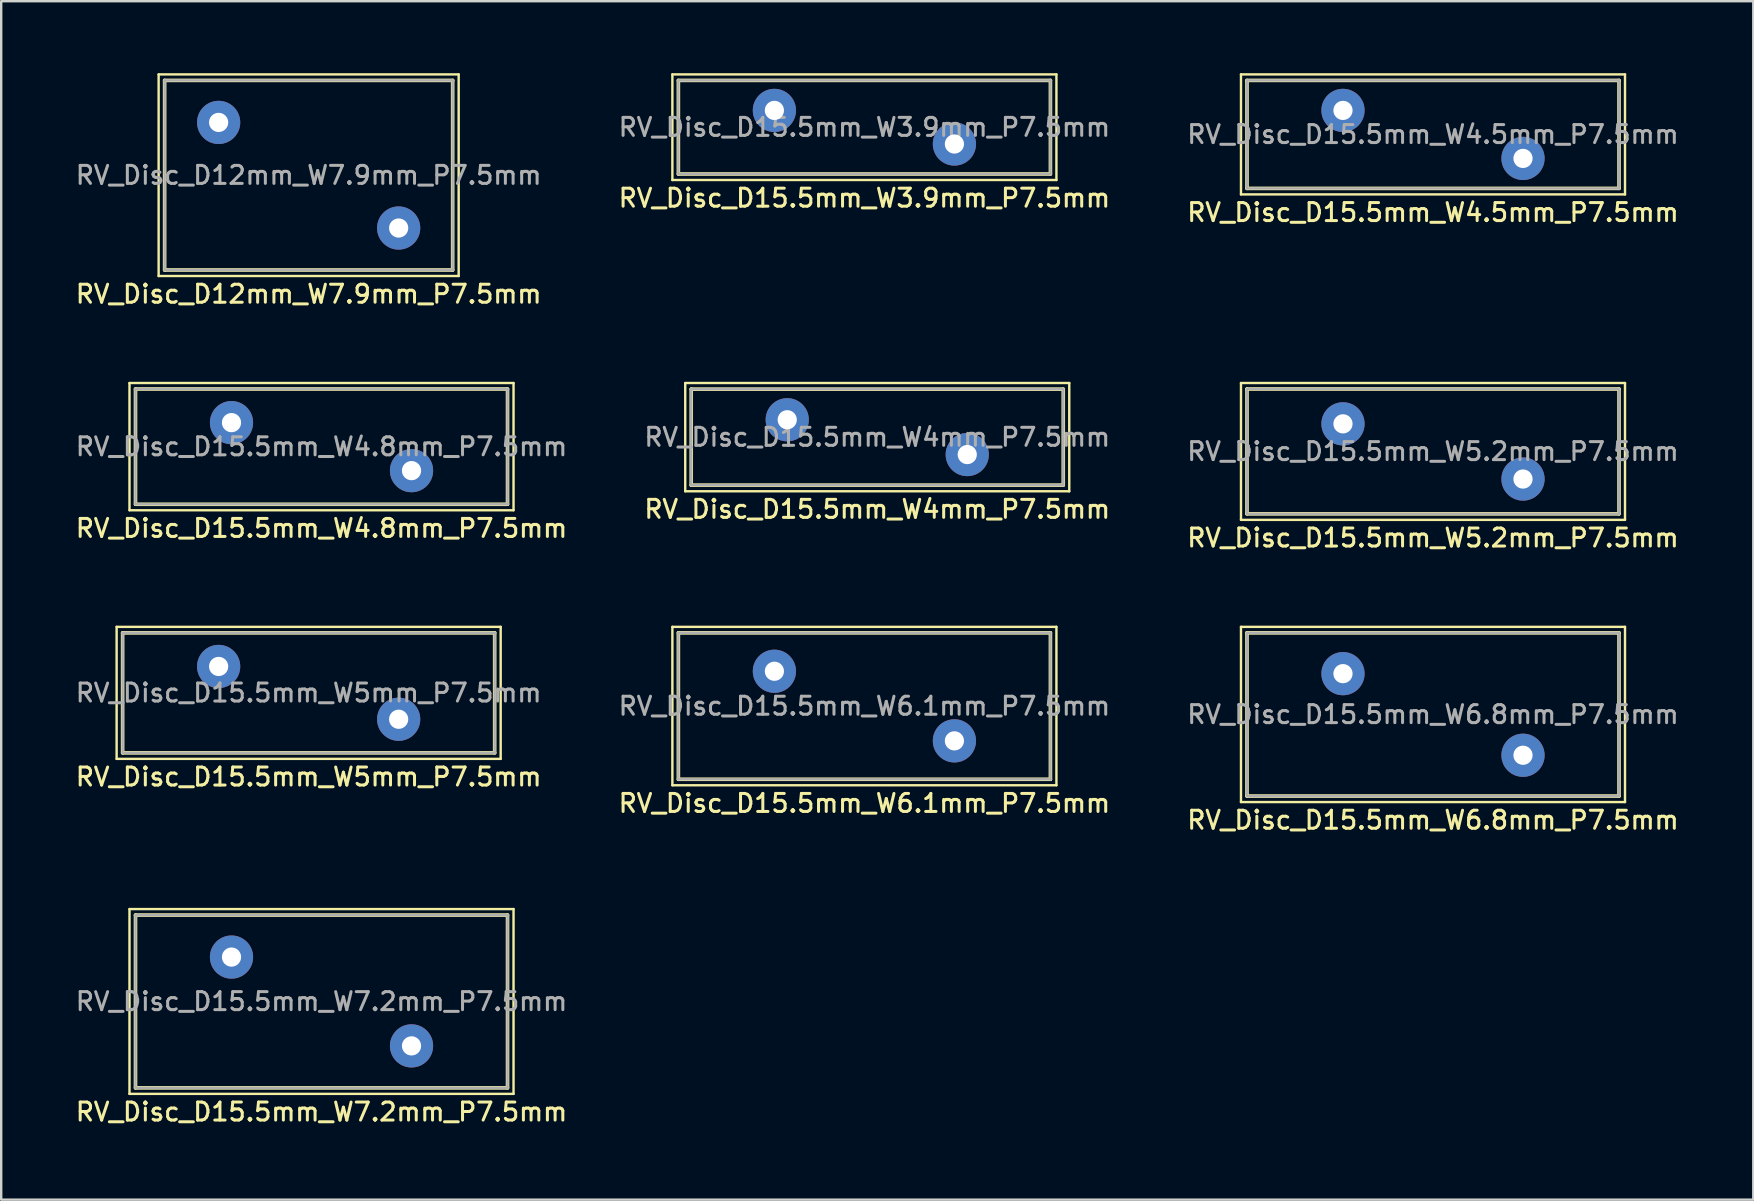
<source format=kicad_pcb>
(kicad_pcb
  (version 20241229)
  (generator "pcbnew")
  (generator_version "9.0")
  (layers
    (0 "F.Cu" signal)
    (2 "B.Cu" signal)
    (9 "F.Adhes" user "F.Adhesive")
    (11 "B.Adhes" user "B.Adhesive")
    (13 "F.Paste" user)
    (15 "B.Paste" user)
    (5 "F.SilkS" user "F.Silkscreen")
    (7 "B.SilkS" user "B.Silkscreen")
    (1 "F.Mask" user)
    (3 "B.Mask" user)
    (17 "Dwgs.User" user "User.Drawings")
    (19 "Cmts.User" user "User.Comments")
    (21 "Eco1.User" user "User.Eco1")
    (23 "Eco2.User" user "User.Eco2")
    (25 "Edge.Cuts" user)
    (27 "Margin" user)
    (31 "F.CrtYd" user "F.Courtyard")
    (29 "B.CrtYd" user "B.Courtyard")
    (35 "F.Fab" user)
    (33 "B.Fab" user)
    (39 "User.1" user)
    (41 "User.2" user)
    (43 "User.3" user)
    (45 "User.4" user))
  (footprint "RV_Disc_D15.5mm_W4.8mm_P7.5mm"
    (layer "F.Cu")
    (at 6.595 14.558)
    (property "Reference" "RV_Disc_D15.5mm_W4.8mm_P7.5mm" (at 3.75 4.4 0) (layer "F.SilkS") (effects (font (size 0.75 0.75) (thickness 0.125))))
    (attr through_hole)
    (fp_line (start -4.25 -1.65) (end -4.25 3.65) (stroke (width 0.1) (type solid)) (layer "F.SilkS"))
    (fp_line (start -4.25 -1.65) (end 11.75 -1.65) (stroke (width 0.1) (type solid)) (layer "F.SilkS"))
    (fp_line (start -4.25 3.65) (end 11.75 3.65) (stroke (width 0.1) (type solid)) (layer "F.SilkS"))
    (fp_line (start -4 -1.4) (end -4 3.4) (stroke (width 0.15) (type solid)) (layer "F.SilkS"))
    (fp_line (start -4 -1.4) (end 11.5 -1.4) (stroke (width 0.15) (type solid)) (layer "F.SilkS"))
    (fp_line (start -4 3.4) (end 11.5 3.4) (stroke (width 0.15) (type solid)) (layer "F.SilkS"))
    (fp_line (start 11.5 -1.4) (end 11.5 3.4) (stroke (width 0.15) (type solid)) (layer "F.SilkS"))
    (fp_line (start 11.75 -1.65) (end 11.75 3.65) (stroke (width 0.1) (type solid)) (layer "F.SilkS"))
    (fp_line (start -4 -1.4) (end -4 3.4) (stroke (width 0.1) (type solid)) (layer "F.Fab"))
    (fp_line (start -4 -1.4) (end 11.5 -1.4) (stroke (width 0.1) (type solid)) (layer "F.Fab"))
    (fp_line (start -4 3.4) (end 11.5 3.4) (stroke (width 0.1) (type solid)) (layer "F.Fab"))
    (fp_line (start 11.5 -1.4) (end 11.5 3.4) (stroke (width 0.1) (type solid)) (layer "F.Fab"))
    (fp_text user "${REFERENCE}" (at 3.75 1 0) (layer "F.Fab") (effects (font (size 0.75 0.75) (thickness 0.125))))
    (pad "1" thru_hole circle (at 0 0) (size 1.8 1.8) (drill 0.8) (layers "*.Cu" "*.Mask"))
    (pad "2" thru_hole circle (at 7.5 2) (size 1.8 1.8) (drill 0.8) (layers "*.Cu" "*.Mask")))
  (footprint "RV_Disc_D15.5mm_W5mm_P7.5mm"
    (layer "F.Cu")
    (at 6.059 24.716)
    (property "Reference" "RV_Disc_D15.5mm_W5mm_P7.5mm" (at 3.75 4.6 0) (layer "F.SilkS") (effects (font (size 0.75 0.75) (thickness 0.125))))
    (attr through_hole)
    (fp_line (start -4.25 -1.65) (end -4.25 3.85) (stroke (width 0.1) (type solid)) (layer "F.SilkS"))
    (fp_line (start -4.25 -1.65) (end 11.75 -1.65) (stroke (width 0.1) (type solid)) (layer "F.SilkS"))
    (fp_line (start -4.25 3.85) (end 11.75 3.85) (stroke (width 0.1) (type solid)) (layer "F.SilkS"))
    (fp_line (start -4 -1.4) (end -4 3.6) (stroke (width 0.15) (type solid)) (layer "F.SilkS"))
    (fp_line (start -4 -1.4) (end 11.5 -1.4) (stroke (width 0.15) (type solid)) (layer "F.SilkS"))
    (fp_line (start -4 3.6) (end 11.5 3.6) (stroke (width 0.15) (type solid)) (layer "F.SilkS"))
    (fp_line (start 11.5 -1.4) (end 11.5 3.6) (stroke (width 0.15) (type solid)) (layer "F.SilkS"))
    (fp_line (start 11.75 -1.65) (end 11.75 3.85) (stroke (width 0.1) (type solid)) (layer "F.SilkS"))
    (fp_line (start -4 -1.4) (end -4 3.6) (stroke (width 0.1) (type solid)) (layer "F.Fab"))
    (fp_line (start -4 -1.4) (end 11.5 -1.4) (stroke (width 0.1) (type solid)) (layer "F.Fab"))
    (fp_line (start -4 3.6) (end 11.5 3.6) (stroke (width 0.1) (type solid)) (layer "F.Fab"))
    (fp_line (start 11.5 -1.4) (end 11.5 3.6) (stroke (width 0.1) (type solid)) (layer "F.Fab"))
    (fp_text user "${REFERENCE}" (at 3.75 1.1 0) (layer "F.Fab") (effects (font (size 0.75 0.75) (thickness 0.125))))
    (pad "1" thru_hole circle (at 0 0) (size 1.8 1.8) (drill 0.8) (layers "*.Cu" "*.Mask"))
    (pad "2" thru_hole circle (at 7.5 2.2) (size 1.8 1.8) (drill 0.8) (layers "*.Cu" "*.Mask")))
  (footprint "RV_Disc_D15.5mm_W3.9mm_P7.5mm"
    (layer "F.Cu")
    (at 29.213 1.55)
    (property "Reference" "RV_Disc_D15.5mm_W3.9mm_P7.5mm" (at 3.75 3.65 0) (layer "F.SilkS") (effects (font (size 0.75 0.75) (thickness 0.125))))
    (attr through_hole)
    (fp_line (start -4.25 -1.5) (end -4.25 2.9) (stroke (width 0.1) (type solid)) (layer "F.SilkS"))
    (fp_line (start -4.25 -1.5) (end 11.75 -1.5) (stroke (width 0.1) (type solid)) (layer "F.SilkS"))
    (fp_line (start -4.25 2.9) (end 11.75 2.9) (stroke (width 0.1) (type solid)) (layer "F.SilkS"))
    (fp_line (start -4 -1.25) (end -4 2.65) (stroke (width 0.15) (type solid)) (layer "F.SilkS"))
    (fp_line (start -4 -1.25) (end 11.5 -1.25) (stroke (width 0.15) (type solid)) (layer "F.SilkS"))
    (fp_line (start -4 2.65) (end 11.5 2.65) (stroke (width 0.15) (type solid)) (layer "F.SilkS"))
    (fp_line (start 11.5 -1.25) (end 11.5 2.65) (stroke (width 0.15) (type solid)) (layer "F.SilkS"))
    (fp_line (start 11.75 -1.5) (end 11.75 2.9) (stroke (width 0.1) (type solid)) (layer "F.SilkS"))
    (fp_line (start -4 -1.25) (end -4 2.65) (stroke (width 0.1) (type solid)) (layer "F.Fab"))
    (fp_line (start -4 -1.25) (end 11.5 -1.25) (stroke (width 0.1) (type solid)) (layer "F.Fab"))
    (fp_line (start -4 2.65) (end 11.5 2.65) (stroke (width 0.1) (type solid)) (layer "F.Fab"))
    (fp_line (start 11.5 -1.25) (end 11.5 2.65) (stroke (width 0.1) (type solid)) (layer "F.Fab"))
    (fp_text user "${REFERENCE}" (at 3.75 0.7 0) (layer "F.Fab") (effects (font (size 0.75 0.75) (thickness 0.125))))
    (pad "1" thru_hole circle (at 0 0) (size 1.8 1.8) (drill 0.8) (layers "*.Cu" "*.Mask"))
    (pad "2" thru_hole circle (at 7.5 1.4) (size 1.8 1.8) (drill 0.8) (layers "*.Cu" "*.Mask")))
  (footprint "RV_Disc_D12mm_W7.9mm_P7.5mm"
    (layer "F.Cu")
    (at 6.059 2.05)
    (property "Reference" "RV_Disc_D12mm_W7.9mm_P7.5mm" (at 3.75 7.15 0) (layer "F.SilkS") (effects (font (size 0.75 0.75) (thickness 0.125))))
    (attr through_hole)
    (fp_line (start -2.5 -2) (end -2.5 6.4) (stroke (width 0.1) (type solid)) (layer "F.SilkS"))
    (fp_line (start -2.5 -2) (end 10 -2) (stroke (width 0.1) (type solid)) (layer "F.SilkS"))
    (fp_line (start -2.5 6.4) (end 10 6.4) (stroke (width 0.1) (type solid)) (layer "F.SilkS"))
    (fp_line (start -2.25 -1.75) (end -2.25 6.15) (stroke (width 0.15) (type solid)) (layer "F.SilkS"))
    (fp_line (start -2.25 -1.75) (end 9.75 -1.75) (stroke (width 0.15) (type solid)) (layer "F.SilkS"))
    (fp_line (start -2.25 6.15) (end 9.75 6.15) (stroke (width 0.15) (type solid)) (layer "F.SilkS"))
    (fp_line (start 9.75 -1.75) (end 9.75 6.15) (stroke (width 0.15) (type solid)) (layer "F.SilkS"))
    (fp_line (start 10 -2) (end 10 6.4) (stroke (width 0.1) (type solid)) (layer "F.SilkS"))
    (fp_line (start -2.25 -1.75) (end -2.25 6.15) (stroke (width 0.1) (type solid)) (layer "F.Fab"))
    (fp_line (start -2.25 -1.75) (end 9.75 -1.75) (stroke (width 0.1) (type solid)) (layer "F.Fab"))
    (fp_line (start -2.25 6.15) (end 9.75 6.15) (stroke (width 0.1) (type solid)) (layer "F.Fab"))
    (fp_line (start 9.75 -1.75) (end 9.75 6.15) (stroke (width 0.1) (type solid)) (layer "F.Fab"))
    (fp_text user "${REFERENCE}" (at 3.75 2.2 0) (layer "F.Fab") (effects (font (size 0.75 0.75) (thickness 0.125))))
    (pad "1" thru_hole circle (at 0 0) (size 1.8 1.8) (drill 0.8) (layers "*.Cu" "*.Mask"))
    (pad "2" thru_hole circle (at 7.5 4.4) (size 1.8 1.8) (drill 0.8) (layers "*.Cu" "*.Mask")))
  (footprint "RV_Disc_D15.5mm_W4.5mm_P7.5mm"
    (layer "F.Cu")
    (at 52.902 1.55)
    (property "Reference" "RV_Disc_D15.5mm_W4.5mm_P7.5mm" (at 3.75 4.25 0) (layer "F.SilkS") (effects (font (size 0.75 0.75) (thickness 0.125))))
    (attr through_hole)
    (fp_line (start -4.25 -1.5) (end -4.25 3.5) (stroke (width 0.1) (type solid)) (layer "F.SilkS"))
    (fp_line (start -4.25 -1.5) (end 11.75 -1.5) (stroke (width 0.1) (type solid)) (layer "F.SilkS"))
    (fp_line (start -4.25 3.5) (end 11.75 3.5) (stroke (width 0.1) (type solid)) (layer "F.SilkS"))
    (fp_line (start -4 -1.25) (end -4 3.25) (stroke (width 0.15) (type solid)) (layer "F.SilkS"))
    (fp_line (start -4 -1.25) (end 11.5 -1.25) (stroke (width 0.15) (type solid)) (layer "F.SilkS"))
    (fp_line (start -4 3.25) (end 11.5 3.25) (stroke (width 0.15) (type solid)) (layer "F.SilkS"))
    (fp_line (start 11.5 -1.25) (end 11.5 3.25) (stroke (width 0.15) (type solid)) (layer "F.SilkS"))
    (fp_line (start 11.75 -1.5) (end 11.75 3.5) (stroke (width 0.1) (type solid)) (layer "F.SilkS"))
    (fp_line (start -4 -1.25) (end -4 3.25) (stroke (width 0.1) (type solid)) (layer "F.Fab"))
    (fp_line (start -4 -1.25) (end 11.5 -1.25) (stroke (width 0.1) (type solid)) (layer "F.Fab"))
    (fp_line (start -4 3.25) (end 11.5 3.25) (stroke (width 0.1) (type solid)) (layer "F.Fab"))
    (fp_line (start 11.5 -1.25) (end 11.5 3.25) (stroke (width 0.1) (type solid)) (layer "F.Fab"))
    (fp_text user "${REFERENCE}" (at 3.75 1 0) (layer "F.Fab") (effects (font (size 0.75 0.75) (thickness 0.125))))
    (pad "1" thru_hole circle (at 0 0) (size 1.8 1.8) (drill 0.8) (layers "*.Cu" "*.Mask"))
    (pad "2" thru_hole circle (at 7.5 2) (size 1.8 1.8) (drill 0.8) (layers "*.Cu" "*.Mask")))
  (footprint "RV_Disc_D15.5mm_W5.2mm_P7.5mm"
    (layer "F.Cu")
    (at 52.902 14.608)
    (property "Reference" "RV_Disc_D15.5mm_W5.2mm_P7.5mm" (at 3.75 4.75 0) (layer "F.SilkS") (effects (font (size 0.75 0.75) (thickness 0.125))))
    (attr through_hole)
    (fp_line (start -4.25 -1.7) (end -4.25 4) (stroke (width 0.1) (type solid)) (layer "F.SilkS"))
    (fp_line (start -4.25 -1.7) (end 11.75 -1.7) (stroke (width 0.1) (type solid)) (layer "F.SilkS"))
    (fp_line (start -4.25 4) (end 11.75 4) (stroke (width 0.1) (type solid)) (layer "F.SilkS"))
    (fp_line (start -4 -1.45) (end -4 3.75) (stroke (width 0.15) (type solid)) (layer "F.SilkS"))
    (fp_line (start -4 -1.45) (end 11.5 -1.45) (stroke (width 0.15) (type solid)) (layer "F.SilkS"))
    (fp_line (start -4 3.75) (end 11.5 3.75) (stroke (width 0.15) (type solid)) (layer "F.SilkS"))
    (fp_line (start 11.5 -1.45) (end 11.5 3.75) (stroke (width 0.15) (type solid)) (layer "F.SilkS"))
    (fp_line (start 11.75 -1.7) (end 11.75 4) (stroke (width 0.1) (type solid)) (layer "F.SilkS"))
    (fp_line (start -4 -1.45) (end -4 3.75) (stroke (width 0.1) (type solid)) (layer "F.Fab"))
    (fp_line (start -4 -1.45) (end 11.5 -1.45) (stroke (width 0.1) (type solid)) (layer "F.Fab"))
    (fp_line (start -4 3.75) (end 11.5 3.75) (stroke (width 0.1) (type solid)) (layer "F.Fab"))
    (fp_line (start 11.5 -1.45) (end 11.5 3.75) (stroke (width 0.1) (type solid)) (layer "F.Fab"))
    (fp_text user "${REFERENCE}" (at 3.75 1.15 0) (layer "F.Fab") (effects (font (size 0.75 0.75) (thickness 0.125))))
    (pad "1" thru_hole circle (at 0 0) (size 1.8 1.8) (drill 0.8) (layers "*.Cu" "*.Mask"))
    (pad "2" thru_hole circle (at 7.5 2.3) (size 1.8 1.8) (drill 0.8) (layers "*.Cu" "*.Mask")))
  (footprint "RV_Disc_D15.5mm_W6.8mm_P7.5mm"
    (layer "F.Cu")
    (at 52.902 25.016)
    (property "Reference" "RV_Disc_D15.5mm_W6.8mm_P7.5mm" (at 3.75 6.1 0) (layer "F.SilkS") (effects (font (size 0.75 0.75) (thickness 0.125))))
    (attr through_hole)
    (fp_line (start -4.25 -1.95) (end -4.25 5.35) (stroke (width 0.1) (type solid)) (layer "F.SilkS"))
    (fp_line (start -4.25 -1.95) (end 11.75 -1.95) (stroke (width 0.1) (type solid)) (layer "F.SilkS"))
    (fp_line (start -4.25 5.35) (end 11.75 5.35) (stroke (width 0.1) (type solid)) (layer "F.SilkS"))
    (fp_line (start -4 -1.7) (end -4 5.1) (stroke (width 0.15) (type solid)) (layer "F.SilkS"))
    (fp_line (start -4 -1.7) (end 11.5 -1.7) (stroke (width 0.15) (type solid)) (layer "F.SilkS"))
    (fp_line (start -4 5.1) (end 11.5 5.1) (stroke (width 0.15) (type solid)) (layer "F.SilkS"))
    (fp_line (start 11.5 -1.7) (end 11.5 5.1) (stroke (width 0.15) (type solid)) (layer "F.SilkS"))
    (fp_line (start 11.75 -1.95) (end 11.75 5.35) (stroke (width 0.1) (type solid)) (layer "F.SilkS"))
    (fp_line (start -4 -1.7) (end -4 5.1) (stroke (width 0.1) (type solid)) (layer "F.Fab"))
    (fp_line (start -4 -1.7) (end 11.5 -1.7) (stroke (width 0.1) (type solid)) (layer "F.Fab"))
    (fp_line (start -4 5.1) (end 11.5 5.1) (stroke (width 0.1) (type solid)) (layer "F.Fab"))
    (fp_line (start 11.5 -1.7) (end 11.5 5.1) (stroke (width 0.1) (type solid)) (layer "F.Fab"))
    (fp_text user "${REFERENCE}" (at 3.75 1.7 0) (layer "F.Fab") (effects (font (size 0.75 0.75) (thickness 0.125))))
    (pad "1" thru_hole circle (at 0 0) (size 1.8 1.8) (drill 0.8) (layers "*.Cu" "*.Mask"))
    (pad "2" thru_hole circle (at 7.5 3.4) (size 1.8 1.8) (drill 0.8) (layers "*.Cu" "*.Mask")))
  (footprint "RV_Disc_D15.5mm_W7.2mm_P7.5mm"
    (layer "F.Cu")
    (at 6.595 36.824)
    (property "Reference" "RV_Disc_D15.5mm_W7.2mm_P7.5mm" (at 3.75 6.45 0) (layer "F.SilkS") (effects (font (size 0.75 0.75) (thickness 0.125))))
    (attr through_hole)
    (fp_line (start -4.25 -2) (end -4.25 5.7) (stroke (width 0.1) (type solid)) (layer "F.SilkS"))
    (fp_line (start -4.25 -2) (end 11.75 -2) (stroke (width 0.1) (type solid)) (layer "F.SilkS"))
    (fp_line (start -4.25 5.7) (end 11.75 5.7) (stroke (width 0.1) (type solid)) (layer "F.SilkS"))
    (fp_line (start -4 -1.75) (end -4 5.45) (stroke (width 0.15) (type solid)) (layer "F.SilkS"))
    (fp_line (start -4 -1.75) (end 11.5 -1.75) (stroke (width 0.15) (type solid)) (layer "F.SilkS"))
    (fp_line (start -4 5.45) (end 11.5 5.45) (stroke (width 0.15) (type solid)) (layer "F.SilkS"))
    (fp_line (start 11.5 -1.75) (end 11.5 5.45) (stroke (width 0.15) (type solid)) (layer "F.SilkS"))
    (fp_line (start 11.75 -2) (end 11.75 5.7) (stroke (width 0.1) (type solid)) (layer "F.SilkS"))
    (fp_line (start -4 -1.75) (end -4 5.45) (stroke (width 0.1) (type solid)) (layer "F.Fab"))
    (fp_line (start -4 -1.75) (end 11.5 -1.75) (stroke (width 0.1) (type solid)) (layer "F.Fab"))
    (fp_line (start -4 5.45) (end 11.5 5.45) (stroke (width 0.1) (type solid)) (layer "F.Fab"))
    (fp_line (start 11.5 -1.75) (end 11.5 5.45) (stroke (width 0.1) (type solid)) (layer "F.Fab"))
    (fp_text user "${REFERENCE}" (at 3.75 1.85 0) (layer "F.Fab") (effects (font (size 0.75 0.75) (thickness 0.125))))
    (pad "1" thru_hole circle (at 0 0) (size 1.8 1.8) (drill 0.8) (layers "*.Cu" "*.Mask"))
    (pad "2" thru_hole circle (at 7.5 3.7) (size 1.8 1.8) (drill 0.8) (layers "*.Cu" "*.Mask")))
  (footprint "RV_Disc_D15.5mm_W4mm_P7.5mm"
    (layer "F.Cu")
    (at 29.748 14.438)
    (property "Reference" "RV_Disc_D15.5mm_W4mm_P7.5mm" (at 3.75 3.725 0) (layer "F.SilkS") (effects (font (size 0.75 0.75) (thickness 0.125))))
    (attr through_hole)
    (fp_line (start -4.25 -1.53) (end -4.25 2.98) (stroke (width 0.1) (type solid)) (layer "F.SilkS"))
    (fp_line (start -4.25 -1.53) (end 11.75 -1.53) (stroke (width 0.1) (type solid)) (layer "F.SilkS"))
    (fp_line (start -4.25 2.98) (end 11.75 2.98) (stroke (width 0.1) (type solid)) (layer "F.SilkS"))
    (fp_line (start -4 -1.275) (end -4 2.725) (stroke (width 0.15) (type solid)) (layer "F.SilkS"))
    (fp_line (start -4 -1.275) (end 11.5 -1.275) (stroke (width 0.15) (type solid)) (layer "F.SilkS"))
    (fp_line (start -4 2.725) (end 11.5 2.725) (stroke (width 0.15) (type solid)) (layer "F.SilkS"))
    (fp_line (start 11.5 -1.275) (end 11.5 2.725) (stroke (width 0.15) (type solid)) (layer "F.SilkS"))
    (fp_line (start 11.75 -1.53) (end 11.75 2.98) (stroke (width 0.1) (type solid)) (layer "F.SilkS"))
    (fp_line (start -4 -1.275) (end -4 2.725) (stroke (width 0.1) (type solid)) (layer "F.Fab"))
    (fp_line (start -4 -1.275) (end 11.5 -1.275) (stroke (width 0.1) (type solid)) (layer "F.Fab"))
    (fp_line (start -4 2.725) (end 11.5 2.725) (stroke (width 0.1) (type solid)) (layer "F.Fab"))
    (fp_line (start 11.5 -1.275) (end 11.5 2.725) (stroke (width 0.1) (type solid)) (layer "F.Fab"))
    (fp_text user "${REFERENCE}" (at 3.75 0.725 0) (layer "F.Fab") (effects (font (size 0.75 0.75) (thickness 0.125))))
    (pad "1" thru_hole circle (at 0 0) (size 1.8 1.8) (drill 0.8) (layers "*.Cu" "*.Mask"))
    (pad "2" thru_hole circle (at 7.5 1.45) (size 1.8 1.8) (drill 0.8) (layers "*.Cu" "*.Mask")))
  (footprint "RV_Disc_D15.5mm_W6.1mm_P7.5mm"
    (layer "F.Cu")
    (at 29.213 24.916)
    (property "Reference" "RV_Disc_D15.5mm_W6.1mm_P7.5mm" (at 3.75 5.5 0) (layer "F.SilkS") (effects (font (size 0.75 0.75) (thickness 0.125))))
    (attr through_hole)
    (fp_line (start -4.25 -1.85) (end -4.25 4.75) (stroke (width 0.1) (type solid)) (layer "F.SilkS"))
    (fp_line (start -4.25 -1.85) (end 11.75 -1.85) (stroke (width 0.1) (type solid)) (layer "F.SilkS"))
    (fp_line (start -4.25 4.75) (end 11.75 4.75) (stroke (width 0.1) (type solid)) (layer "F.SilkS"))
    (fp_line (start -4 -1.6) (end -4 4.5) (stroke (width 0.15) (type solid)) (layer "F.SilkS"))
    (fp_line (start -4 -1.6) (end 11.5 -1.6) (stroke (width 0.15) (type solid)) (layer "F.SilkS"))
    (fp_line (start -4 4.5) (end 11.5 4.5) (stroke (width 0.15) (type solid)) (layer "F.SilkS"))
    (fp_line (start 11.5 -1.6) (end 11.5 4.5) (stroke (width 0.15) (type solid)) (layer "F.SilkS"))
    (fp_line (start 11.75 -1.85) (end 11.75 4.75) (stroke (width 0.1) (type solid)) (layer "F.SilkS"))
    (fp_line (start -4 -1.6) (end -4 4.5) (stroke (width 0.1) (type solid)) (layer "F.Fab"))
    (fp_line (start -4 -1.6) (end 11.5 -1.6) (stroke (width 0.1) (type solid)) (layer "F.Fab"))
    (fp_line (start -4 4.5) (end 11.5 4.5) (stroke (width 0.1) (type solid)) (layer "F.Fab"))
    (fp_line (start 11.5 -1.6) (end 11.5 4.5) (stroke (width 0.1) (type solid)) (layer "F.Fab"))
    (fp_text user "${REFERENCE}" (at 3.75 1.45 0) (layer "F.Fab") (effects (font (size 0.75 0.75) (thickness 0.125))))
    (pad "1" thru_hole circle (at 0 0) (size 1.8 1.8) (drill 0.8) (layers "*.Cu" "*.Mask"))
    (pad "2" thru_hole circle (at 7.5 2.9) (size 1.8 1.8) (drill 0.8) (layers "*.Cu" "*.Mask")))
  (gr_rect
    (start -3 -3)
    (end 69.996 46.932)
    (stroke (width 0.1) (type default))
    (fill no)
    (layer "Edge.Cuts")))
</source>
